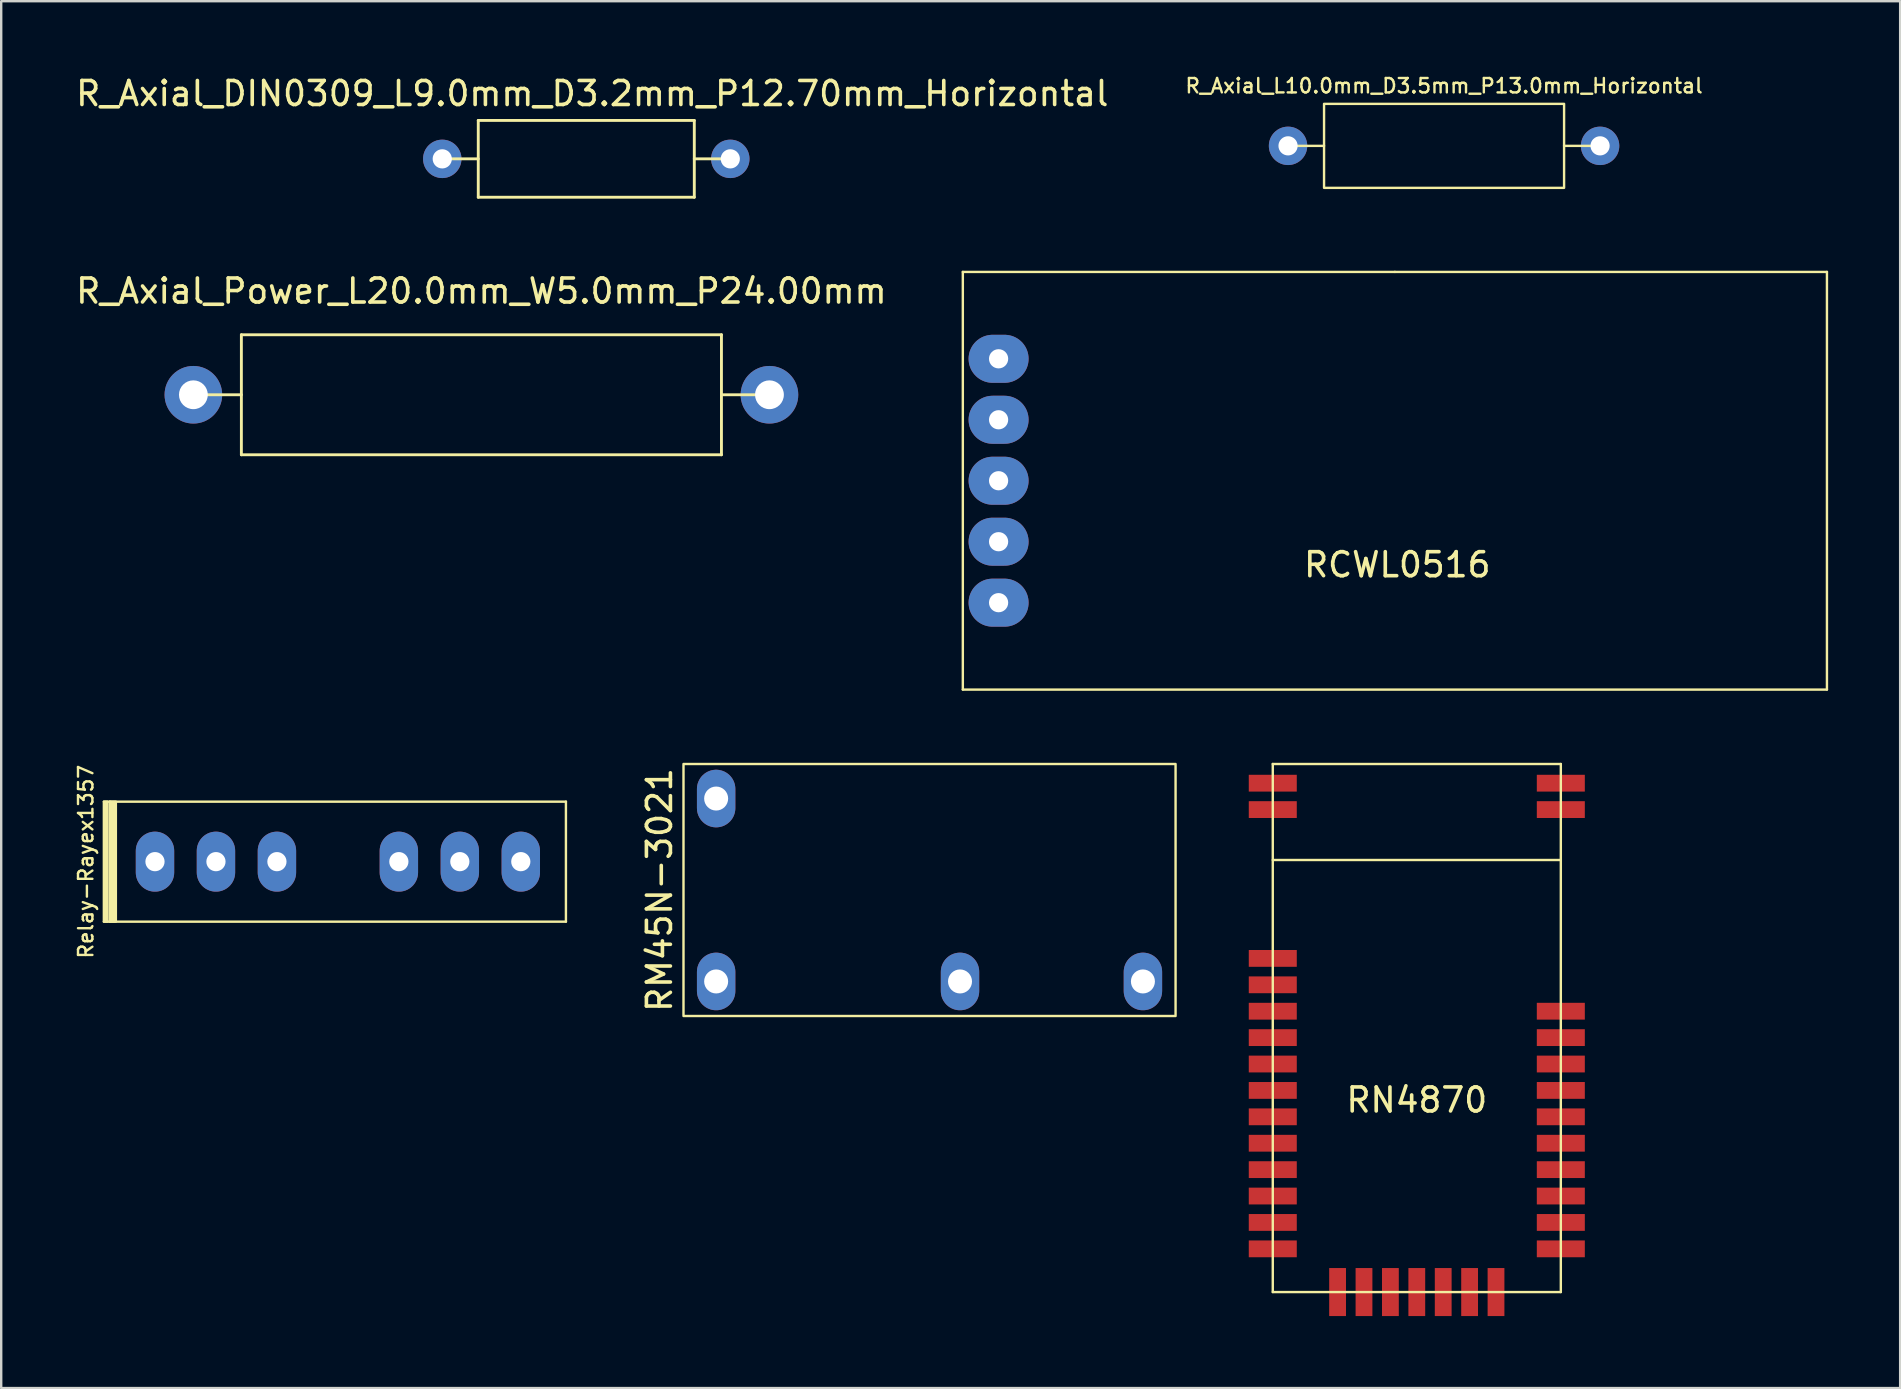
<source format=kicad_pcb>
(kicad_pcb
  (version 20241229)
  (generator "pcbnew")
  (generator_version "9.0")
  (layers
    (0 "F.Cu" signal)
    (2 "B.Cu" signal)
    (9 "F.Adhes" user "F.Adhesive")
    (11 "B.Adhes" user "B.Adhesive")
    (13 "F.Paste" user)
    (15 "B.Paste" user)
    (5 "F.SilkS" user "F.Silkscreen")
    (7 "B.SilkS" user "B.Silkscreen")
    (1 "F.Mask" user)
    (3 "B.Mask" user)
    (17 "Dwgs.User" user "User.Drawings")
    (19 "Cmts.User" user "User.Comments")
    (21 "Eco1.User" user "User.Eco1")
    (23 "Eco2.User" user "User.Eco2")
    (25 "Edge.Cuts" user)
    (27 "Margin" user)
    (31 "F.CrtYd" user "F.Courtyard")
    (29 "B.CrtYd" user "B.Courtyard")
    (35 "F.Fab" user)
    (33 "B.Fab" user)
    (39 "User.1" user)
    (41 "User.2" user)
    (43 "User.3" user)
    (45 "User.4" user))
  (footprint "RN4870"
    (layer "F.Cu")
    (at 55.975 39.778)
    (property "Reference" "RN4870" (at 0 3 0) (layer "F.SilkS") (effects (font (size 1 1) (thickness 0.15))))
    (attr through_hole)
    (fp_line (start -6 -11) (end -6 11) (stroke (width 0.1) (type solid)) (layer "F.SilkS"))
    (fp_line (start -6 -7) (end 6 -7) (stroke (width 0.1) (type solid)) (layer "F.SilkS"))
    (fp_line (start -6 11) (end 6 11) (stroke (width 0.1) (type solid)) (layer "F.SilkS"))
    (fp_line (start 6 -11) (end -6 -11) (stroke (width 0.1) (type solid)) (layer "F.SilkS"))
    (fp_line (start 6 11) (end 6 -11) (stroke (width 0.1) (type solid)) (layer "F.SilkS"))
    (pad "1" smd rect (at -6 -10.2) (size 2 0.7) (layers "F.Cu" "F.Mask" "F.Paste"))
    (pad "2" smd rect (at -6 -9.1) (size 2 0.7) (layers "F.Cu" "F.Mask" "F.Paste"))
    (pad "3" smd rect (at -6 -2.9) (size 2 0.7) (layers "F.Cu" "F.Mask" "F.Paste"))
    (pad "4" smd rect (at -6 -1.8) (size 2 0.7) (layers "F.Cu" "F.Mask" "F.Paste"))
    (pad "5" smd rect (at -6 -0.7) (size 2 0.7) (layers "F.Cu" "F.Mask" "F.Paste"))
    (pad "6" smd rect (at -6 0.4) (size 2 0.7) (layers "F.Cu" "F.Mask" "F.Paste"))
    (pad "7" smd rect (at -6 1.5) (size 2 0.7) (layers "F.Cu" "F.Mask" "F.Paste"))
    (pad "8" smd rect (at -6 2.6) (size 2 0.7) (layers "F.Cu" "F.Mask" "F.Paste"))
    (pad "9" smd rect (at -6 3.7) (size 2 0.7) (layers "F.Cu" "F.Mask" "F.Paste"))
    (pad "10" smd rect (at -6 4.8) (size 2 0.7) (layers "F.Cu" "F.Mask" "F.Paste"))
    (pad "11" smd rect (at -6 5.9) (size 2 0.7) (layers "F.Cu" "F.Mask" "F.Paste"))
    (pad "12" smd rect (at -6 7) (size 2 0.7) (layers "F.Cu" "F.Mask" "F.Paste"))
    (pad "13" smd rect (at -6 8.1) (size 2 0.7) (layers "F.Cu" "F.Mask" "F.Paste"))
    (pad "14" smd rect (at -6 9.2) (size 2 0.7) (layers "F.Cu" "F.Mask" "F.Paste"))
    (pad "15" smd rect (at -3.3 11 90) (size 2 0.7) (layers "F.Cu" "F.Mask" "F.Paste"))
    (pad "16" smd rect (at -2.2 11 90) (size 2 0.7) (layers "F.Cu" "F.Mask" "F.Paste"))
    (pad "17" smd rect (at -1.1 11 90) (size 2 0.7) (layers "F.Cu" "F.Mask" "F.Paste"))
    (pad "18" smd rect (at 0 11 90) (size 2 0.7) (layers "F.Cu" "F.Mask" "F.Paste"))
    (pad "19" smd rect (at 1.1 11 90) (size 2 0.7) (layers "F.Cu" "F.Mask" "F.Paste"))
    (pad "20" smd rect (at 2.2 11 90) (size 2 0.7) (layers "F.Cu" "F.Mask" "F.Paste"))
    (pad "21" smd rect (at 3.3 11 90) (size 2 0.7) (layers "F.Cu" "F.Mask" "F.Paste"))
    (pad "22" smd rect (at 6 9.2) (size 2 0.7) (layers "F.Cu" "F.Mask" "F.Paste"))
    (pad "23" smd rect (at 6 8.1) (size 2 0.7) (layers "F.Cu" "F.Mask" "F.Paste"))
    (pad "24" smd rect (at 6 7) (size 2 0.7) (layers "F.Cu" "F.Mask" "F.Paste"))
    (pad "25" smd rect (at 6 5.9) (size 2 0.7) (layers "F.Cu" "F.Mask" "F.Paste"))
    (pad "26" smd rect (at 6 4.8) (size 2 0.7) (layers "F.Cu" "F.Mask" "F.Paste"))
    (pad "27" smd rect (at 6 3.7) (size 2 0.7) (layers "F.Cu" "F.Mask" "F.Paste"))
    (pad "28" smd rect (at 6 2.6) (size 2 0.7) (layers "F.Cu" "F.Mask" "F.Paste"))
    (pad "29" smd rect (at 6 1.5) (size 2 0.7) (layers "F.Cu" "F.Mask" "F.Paste"))
    (pad "30" smd rect (at 6 0.4) (size 2 0.7) (layers "F.Cu" "F.Mask" "F.Paste"))
    (pad "31" smd rect (at 6 -0.7) (size 2 0.7) (layers "F.Cu" "F.Mask" "F.Paste"))
    (pad "32" smd rect (at 6 -9.1) (size 2 0.7) (layers "F.Cu" "F.Mask" "F.Paste"))
    (pad "33" smd rect (at 6 -10.2) (size 2 0.7) (layers "F.Cu" "F.Mask" "F.Paste")))
  (footprint "Relay-Rayex1357"
    (layer "F.Cu")
    (at 11.027 32.847)
    (property "Reference" "Relay-Rayex1357" (at -10.5 0 90) (layer "F.SilkS") (effects (font (size 0.6 0.6) (thickness 0.1))))
    (attr through_hole)
    (fp_line (start -9.75 -2.5) (end -9.5 -2.5) (stroke (width 0.1) (type solid)) (layer "F.SilkS"))
    (fp_line (start -9.75 2.5) (end -9.75 -2.5) (stroke (width 0.1) (type solid)) (layer "F.SilkS"))
    (fp_line (start -9.7 -2.5) (end -9.7 2.5) (stroke (width 0.1) (type solid)) (layer "F.SilkS"))
    (fp_line (start -9.65 -2.5) (end -9.65 2.45) (stroke (width 0.1) (type solid)) (layer "F.SilkS"))
    (fp_line (start -9.65 2.45) (end -9.65 2.5) (stroke (width 0.1) (type solid)) (layer "F.SilkS"))
    (fp_line (start -9.6 2.5) (end -9.6 -2.5) (stroke (width 0.1) (type solid)) (layer "F.SilkS"))
    (fp_line (start -9.5 -2.5) (end 9.5 -2.5) (stroke (width 0.1) (type solid)) (layer "F.SilkS"))
    (fp_line (start -9.5 2.5) (end -9.75 2.5) (stroke (width 0.1) (type solid)) (layer "F.SilkS"))
    (fp_line (start -9.5 2.5) (end -9.5 -2.5) (stroke (width 0.1) (type solid)) (layer "F.SilkS"))
    (fp_line (start -9.45 -2.5) (end -9.45 2.5) (stroke (width 0.1) (type solid)) (layer "F.SilkS"))
    (fp_line (start -9.4 -2.5) (end -9.4 2.5) (stroke (width 0.1) (type solid)) (layer "F.SilkS"))
    (fp_line (start -9.35 2.5) (end -9.35 -2.5) (stroke (width 0.1) (type solid)) (layer "F.SilkS"))
    (fp_line (start -9.3 2.5) (end -9.3 -2.5) (stroke (width 0.1) (type solid)) (layer "F.SilkS"))
    (fp_line (start -9.25 -2.5) (end -9.25 2.5) (stroke (width 0.1) (type solid)) (layer "F.SilkS"))
    (fp_line (start 9.5 -2.5) (end 9.5 2.5) (stroke (width 0.1) (type solid)) (layer "F.SilkS"))
    (fp_line (start 9.5 2.5) (end -9.5 2.5) (stroke (width 0.1) (type solid)) (layer "F.SilkS"))
    (pad "1" thru_hole oval (at -7.62 0) (size 1.6 2.5) (drill 0.8) (layers "*.Cu" "*.Mask"))
    (pad "3" thru_hole oval (at -5.08 0) (size 1.6 2.5) (drill 0.8) (layers "*.Cu" "*.Mask"))
    (pad "3" thru_hole oval (at -2.54 0) (size 1.6 2.5) (drill 0.8) (layers "*.Cu" "*.Mask"))
    (pad "5" thru_hole oval (at 2.54 0) (size 1.6 2.5) (drill 0.8) (layers "*.Cu" "*.Mask"))
    (pad "5" thru_hole oval (at 5.08 0) (size 1.6 2.5) (drill 0.8) (layers "*.Cu" "*.Mask"))
    (pad "7" thru_hole oval (at 7.62 0) (size 1.6 2.5) (drill 0.8) (layers "*.Cu" "*.Mask")))
  (footprint "RM45N-3021"
    (layer "F.Cu")
    (at 35.675 34.028)
    (property "Reference" "RM45N-3021" (at -11.25 0 90) (unlocked yes) (layer "F.SilkS") (effects (font (size 1 1) (thickness 0.15))))
    (attr through_hole)
    (fp_rect (start -10.25 5.25) (end 10.25 -5.25) (stroke (width 0.1) (type solid)) (fill no) (layer "F.SilkS"))
    (pad "11" thru_hole oval (at 1.27 3.81) (size 1.6 2.4) (drill 1) (layers "*.Cu" "*.Mask"))
    (pad "14" thru_hole oval (at 8.89 3.81) (size 1.6 2.4) (drill 1) (layers "*.Cu" "*.Mask"))
    (pad "A1" thru_hole oval (at -8.89 3.81) (size 1.6 2.4) (drill 1) (layers "*.Cu" "*.Mask"))
    (pad "A2" thru_hole oval (at -8.89 -3.81) (size 1.6 2.4) (drill 1) (layers "*.Cu" "*.Mask")))
  (footprint "RCWL0516"
    (layer "F.Cu")
    (at 55.062 16.978)
    (property "Reference" "RCWL0516" (at 0.1 3.5 0) (layer "F.SilkS") (effects (font (size 1 1) (thickness 0.15))))
    (attr through_hole)
    (fp_line (start -18 8.7) (end -18 -8.7) (stroke (width 0.1) (type solid)) (layer "F.SilkS"))
    (fp_line (start 0 -8.7) (end -18 -8.7) (stroke (width 0.1) (type solid)) (layer "F.SilkS"))
    (fp_line (start 0 -8.7) (end 18 -8.7) (stroke (width 0.1) (type solid)) (layer "F.SilkS"))
    (fp_line (start 18 -8.7) (end 18 8.7) (stroke (width 0.1) (type solid)) (layer "F.SilkS"))
    (fp_line (start 18 8.7) (end -18 8.7) (stroke (width 0.1) (type solid)) (layer "F.SilkS"))
    (pad "1" thru_hole oval (at -16.51 -5.08) (size 2.5 2) (drill 0.8) (layers "*.Cu" "*.Mask"))
    (pad "2" thru_hole oval (at -16.51 -2.54) (size 2.5 2) (drill 0.8) (layers "*.Cu" "*.Mask"))
    (pad "3" thru_hole oval (at -16.51 0) (size 2.5 2) (drill 0.8) (layers "*.Cu" "*.Mask"))
    (pad "4" thru_hole oval (at -16.51 2.54) (size 2.5 2) (drill 0.8) (layers "*.Cu" "*.Mask"))
    (pad "5" thru_hole oval (at -16.51 5.08) (size 2.5 2) (drill 0.8) (layers "*.Cu" "*.Mask")))
  (footprint "R_Axial_Power_L20.0mm_W5.0mm_P24.00mm"
    (layer "F.Cu")
    (at 17.006 13.396)
    (property "Reference" "R_Axial_Power_L20.0mm_W5.0mm_P24.00mm" (at 0 -4.32 0) (layer "F.SilkS") (effects (font (size 1 1) (thickness 0.15))))
    (attr through_hole)
    (fp_line (start -12 0) (end -10 0) (stroke (width 0.12) (type solid)) (layer "F.SilkS"))
    (fp_line (start -10 -2.5) (end -10 2.5) (stroke (width 0.12) (type solid)) (layer "F.SilkS"))
    (fp_line (start -10 2.5) (end 10 2.5) (stroke (width 0.12) (type solid)) (layer "F.SilkS"))
    (fp_line (start 10 -2.5) (end -10 -2.5) (stroke (width 0.12) (type solid)) (layer "F.SilkS"))
    (fp_line (start 10 2.5) (end 10 -2.5) (stroke (width 0.12) (type solid)) (layer "F.SilkS"))
    (fp_line (start 12 0) (end 10 0) (stroke (width 0.12) (type solid)) (layer "F.SilkS"))
    (pad "1" thru_hole circle (at -12 0) (size 2.4 2.4) (drill 1.2) (layers "*.Cu" "*.Mask"))
    (pad "2" thru_hole oval (at 12 0) (size 2.4 2.4) (drill 1.2) (layers "*.Cu" "*.Mask")))
  (footprint "R_Axial_L10.0mm_D3.5mm_P13.0mm_Horizontal"
    (layer "F.Cu")
    (at 57.111 3.026)
    (property "Reference" "R_Axial_L10.0mm_D3.5mm_P13.0mm_Horizontal" (at 0 -2.5 0) (layer "F.SilkS") (effects (font (size 0.6 0.6) (thickness 0.1) (bold yes))))
    (attr through_hole)
    (fp_line (start -6.5 0) (end -5 0) (stroke (width 0.1) (type default)) (layer "F.SilkS"))
    (fp_line (start 6.5 0) (end 5 0) (stroke (width 0.1) (type default)) (layer "F.SilkS"))
    (fp_rect (start -5 -1.75) (end 5 1.75) (stroke (width 0.1) (type default)) (fill no) (layer "F.SilkS"))
    (pad "1" thru_hole circle (at -6.5 0) (size 1.6 1.6) (drill 0.8) (layers "*.Cu" "*.Mask"))
    (pad "2" thru_hole circle (at 6.5 0) (size 1.6 1.6) (drill 0.8) (layers "*.Cu" "*.Mask")))
  (footprint "R_Axial_DIN0309_L9.0mm_D3.2mm_P12.70mm_Horizontal"
    (layer "F.Cu")
    (at 21.375 3.568)
    (property "Reference" "R_Axial_DIN0309_L9.0mm_D3.2mm_P12.70mm_Horizontal" (at 0.25 -2.72 0) (layer "F.SilkS") (effects (font (size 1 1) (thickness 0.15))))
    (attr through_hole)
    (fp_line (start -6 0) (end -4.5 0) (stroke (width 0.12) (type solid)) (layer "F.SilkS"))
    (fp_line (start -4.5 -1.6) (end -4.5 1.6) (stroke (width 0.12) (type solid)) (layer "F.SilkS"))
    (fp_line (start -4.5 1.6) (end 4.5 1.6) (stroke (width 0.12) (type solid)) (layer "F.SilkS"))
    (fp_line (start 4.5 -1.6) (end -4.5 -1.6) (stroke (width 0.12) (type solid)) (layer "F.SilkS"))
    (fp_line (start 4.5 1.6) (end 4.5 -1.6) (stroke (width 0.12) (type solid)) (layer "F.SilkS"))
    (fp_line (start 6 0) (end 4.5 0) (stroke (width 0.12) (type solid)) (layer "F.SilkS"))
    (pad "1" thru_hole circle (at -6 0) (size 1.6 1.6) (drill 0.8) (layers "*.Cu" "*.Mask"))
    (pad "2" thru_hole oval (at 6 0) (size 1.6 1.6) (drill 0.8) (layers "*.Cu" "*.Mask")))
  (gr_rect
    (start -3 -3)
    (end 76.112 54.778)
    (stroke (width 0.1) (type default))
    (fill no)
    (layer "Edge.Cuts")))
</source>
